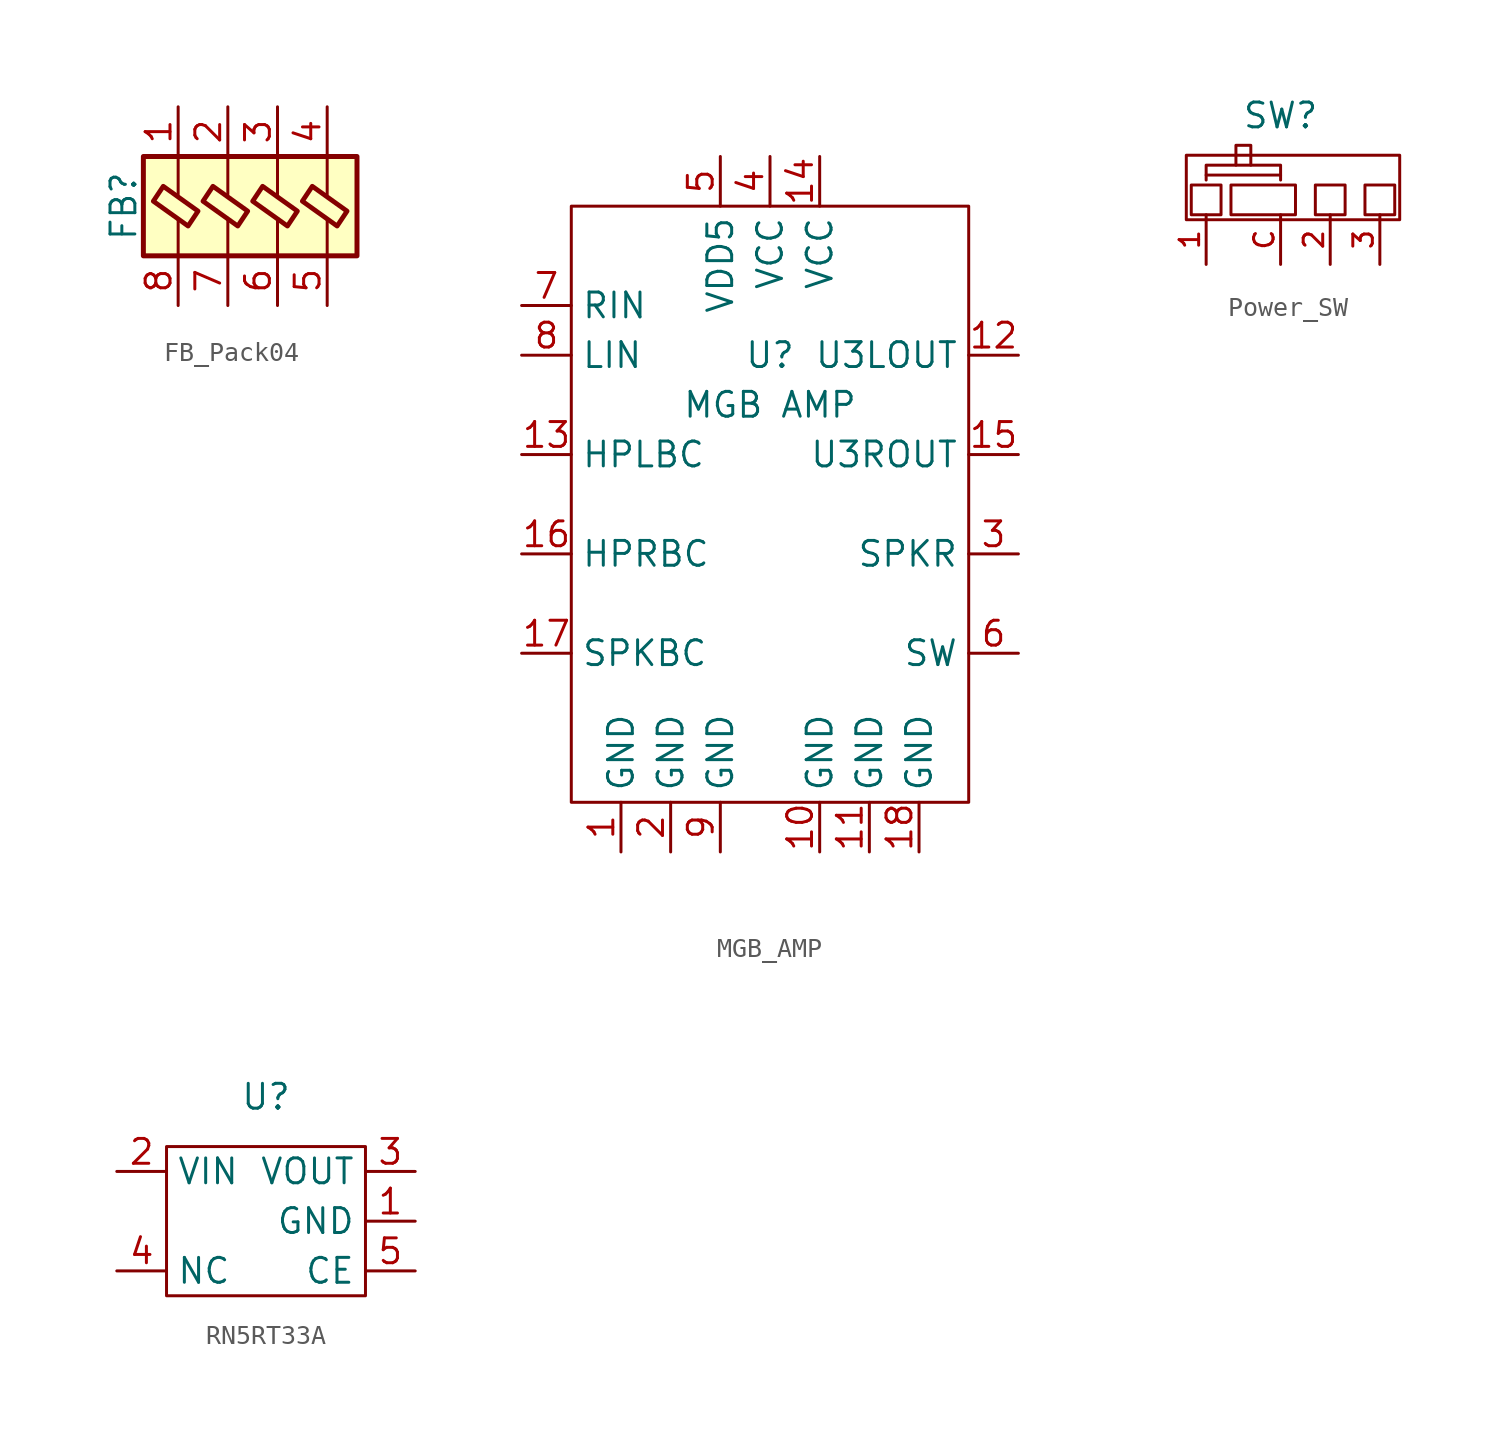
<source format=kicad_sym>
(kicad_symbol_lib
  (version 20220914)
  (generator kicad_symbol_editor)
  (symbol "FB_Pack04"
    (property "Reference" "FB"
      (at -7.874 0 90)
      (effects (font (size 1.27 1.27))))
    (property "Value" ""
      (at -2.54 0 0)
      (effects (font (size 1.27 1.27))))
    (symbol "FB_Pack04_0_1"
      (rectangle (start -6.858 2.54) (end 4.064 -2.54) (stroke (width 0.254) (type default)) (fill (type background))))
    (symbol "FB_Pack04_1_1"
      (polyline (pts (xy -5.08 -2.54) (xy -5.08 -0.659)) (stroke (width 0) (type default)) (fill (type none)))
      (polyline (pts (xy -5.08 2.54) (xy -5.08 0.604)) (stroke (width 0) (type default)) (fill (type none)))
      (polyline (pts (xy -2.54 -2.54) (xy -2.54 -0.659)) (stroke (width 0) (type default)) (fill (type none)))
      (polyline (pts (xy -2.54 2.54) (xy -2.54 0.604)) (stroke (width 0) (type default)) (fill (type none)))
      (polyline (pts (xy 0 -2.54) (xy 0.0001 -0.659)) (stroke (width 0) (type default)) (fill (type none)))
      (polyline (pts (xy 0 2.54) (xy 0 0.604)) (stroke (width 0) (type default)) (fill (type none)))
      (polyline (pts (xy 2.54 -2.54) (xy 2.54 -0.659)) (stroke (width 0) (type default)) (fill (type none)))
      (polyline (pts (xy 2.54 2.54) (xy 2.54 0.604)) (stroke (width 0) (type default)) (fill (type none)))
      (polyline (pts (xy -6.35 0.254) (xy -5.842 1.016) (xy -4.064 -0.254) (xy -4.572 -1.016) (xy -6.35 0.254)) (stroke (width 0.245) (type default)) (fill (type none)))
      (polyline (pts (xy -3.81 0.254) (xy -3.302 1.016) (xy -1.524 -0.254) (xy -2.032 -1.016) (xy -3.81 0.254)) (stroke (width 0.245) (type default)) (fill (type none)))
      (polyline (pts (xy -1.27 0.254) (xy -0.762 1.016) (xy 1.016 -0.254) (xy 0.508 -1.016) (xy -1.27 0.254)) (stroke (width 0.245) (type default)) (fill (type none)))
      (polyline (pts (xy 1.27 0.254) (xy 1.778 1.016) (xy 3.556 -0.254) (xy 3.048 -1.016) (xy 1.27 0.254)) (stroke (width 0.245) (type default)) (fill (type none)))
      (pin passive line (at -5.08 5.08 270) (length 2.54) (name "" (effects (font (size 1.27 1.27)))) (number "1" (effects (font (size 1.27 1.27)))))
      (pin passive line (at -2.54 5.08 270) (length 2.54) (name "" (effects (font (size 1.27 1.27)))) (number "2" (effects (font (size 1.27 1.27)))))
      (pin passive line (at 0 5.08 270) (length 2.54) (name "" (effects (font (size 1.27 1.27)))) (number "3" (effects (font (size 1.27 1.27)))))
      (pin passive line (at 2.54 5.08 270) (length 2.54) (name "" (effects (font (size 1.27 1.27)))) (number "4" (effects (font (size 1.27 1.27)))))
      (pin passive line (at 2.54 -5.08 90) (length 2.54) (name "" (effects (font (size 1.27 1.27)))) (number "5" (effects (font (size 1.27 1.27)))))
      (pin passive line (at 0 -5.08 90) (length 2.54) (name "" (effects (font (size 1.27 1.27)))) (number "6" (effects (font (size 1.27 1.27)))))
      (pin passive line (at -2.54 -5.08 90) (length 2.54) (name "" (effects (font (size 1.27 1.27)))) (number "7" (effects (font (size 1.27 1.27)))))
      (pin passive line (at -5.08 -5.08 90) (length 2.54) (name "" (effects (font (size 1.27 1.27)))) (number "8" (effects (font (size 1.27 1.27)))))))
  (symbol "MGB_AMP"
    (property "Reference" "U"
      (at 0 -10.16 0)
      (effects (font (size 1.27 1.27))))
    (property "Value" "MGB AMP"
      (at 0 -12.7 0)
      (effects (font (size 1.27 1.27))))
    (symbol "MGB_AMP_0_0"
      (pin unspecified line (at -7.62 -35.56 90) (length 2.54) (name "GND" (effects (font (size 1.27 1.27)))) (number "1" (effects (font (size 1.27 1.27)))))
      (pin unspecified line (at 2.54 -35.56 90) (length 2.54) (name "GND" (effects (font (size 1.27 1.27)))) (number "10" (effects (font (size 1.27 1.27)))))
      (pin unspecified line (at 5.08 -35.56 90) (length 2.54) (name "GND" (effects (font (size 1.27 1.27)))) (number "11" (effects (font (size 1.27 1.27)))))
      (pin unspecified line (at 12.7 -10.16 180) (length 2.54) (name "U3LOUT" (effects (font (size 1.27 1.27)))) (number "12" (effects (font (size 1.27 1.27)))))
      (pin unspecified line (at -12.7 -15.24 0) (length 2.54) (name "HPLBC" (effects (font (size 1.27 1.27)))) (number "13" (effects (font (size 1.27 1.27)))))
      (pin unspecified line (at 2.54 0 270) (length 2.54) (name "VCC" (effects (font (size 1.27 1.27)))) (number "14" (effects (font (size 1.27 1.27)))))
      (pin unspecified line (at 12.7 -15.24 180) (length 2.54) (name "U3ROUT" (effects (font (size 1.27 1.27)))) (number "15" (effects (font (size 1.27 1.27)))))
      (pin unspecified line (at -12.7 -20.32 0) (length 2.54) (name "HPRBC" (effects (font (size 1.27 1.27)))) (number "16" (effects (font (size 1.27 1.27)))))
      (pin unspecified line (at -12.7 -25.4 0) (length 2.54) (name "SPKBC" (effects (font (size 1.27 1.27)))) (number "17" (effects (font (size 1.27 1.27)))))
      (pin unspecified line (at 7.62 -35.56 90) (length 2.54) (name "GND" (effects (font (size 1.27 1.27)))) (number "18" (effects (font (size 1.27 1.27)))))
      (pin unspecified line (at -5.08 -35.56 90) (length 2.54) (name "GND" (effects (font (size 1.27 1.27)))) (number "2" (effects (font (size 1.27 1.27)))))
      (pin unspecified line (at 12.7 -20.32 180) (length 2.54) (name "SPKR" (effects (font (size 1.27 1.27)))) (number "3" (effects (font (size 1.27 1.27)))))
      (pin unspecified line (at 0 0 270) (length 2.54) (name "VCC" (effects (font (size 1.27 1.27)))) (number "4" (effects (font (size 1.27 1.27)))))
      (pin unspecified line (at -2.54 0 270) (length 2.54) (name "VDD5" (effects (font (size 1.27 1.27)))) (number "5" (effects (font (size 1.27 1.27)))))
      (pin unspecified line (at 12.7 -25.4 180) (length 2.54) (name "SW" (effects (font (size 1.27 1.27)))) (number "6" (effects (font (size 1.27 1.27)))))
      (pin unspecified line (at -12.7 -7.62 0) (length 2.54) (name "RIN" (effects (font (size 1.27 1.27)))) (number "7" (effects (font (size 1.27 1.27)))))
      (pin unspecified line (at -12.7 -10.16 0) (length 2.54) (name "LIN" (effects (font (size 1.27 1.27)))) (number "8" (effects (font (size 1.27 1.27)))))
      (pin unspecified line (at -2.54 -35.56 90) (length 2.54) (name "GND" (effects (font (size 1.27 1.27)))) (number "9" (effects (font (size 1.27 1.27))))))
    (symbol "MGB_AMP_0_1"
      (rectangle (start -10.16 -2.54) (end 10.16 -33.02) (stroke (width 0) (type default)) (fill (type none)))))
  (symbol "Power_SW"
    (property "Reference" "SW"
      (at 0 1.27 0)
      (effects (font (size 1.27 1.27))))
    (property "Value" ""
      (at 0 0 0)
      (effects (font (size 1.27 1.27))))
    (symbol "Power_SW_0_1"
      (rectangle (start -4.826 -0.762) (end 6.096 -4.064) (stroke (width 0) (type default)) (fill (type none)))
      (rectangle (start -4.572 -2.286) (end -3.048 -3.81) (stroke (width 0) (type default)) (fill (type none)))
      (rectangle (start -2.54 -2.286) (end 0.762 -3.81) (stroke (width 0) (type default)) (fill (type none)))
      (polyline (pts (xy -3.81 -1.778) (xy 0 -1.778)) (stroke (width 0) (type default)) (fill (type none)))
      (polyline (pts (xy -1.524 -1.27) (xy -1.524 -0.254) (xy -2.286 -0.254) (xy -2.286 -1.27)) (stroke (width 0) (type default)) (fill (type none)))
      (polyline (pts (xy 0 -2.032) (xy 0 -1.27) (xy -3.81 -1.27) (xy -3.81 -2.032)) (stroke (width 0) (type default)) (fill (type none)))
      (rectangle (start 1.778 -2.286) (end 3.302 -3.81) (stroke (width 0) (type default)) (fill (type none)))
      (rectangle (start 4.318 -2.286) (end 5.842 -3.81) (stroke (width 0) (type default)) (fill (type none))))
    (symbol "Power_SW_1_1"
      (pin input line (at -3.81 -6.35 90) (length 2.54) (name "" (effects (font (size 1 1)))) (number "1" (effects (font (size 1 1)))))
      (pin input line (at 2.54 -6.35 90) (length 2.54) (name "" (effects (font (size 1 1)))) (number "2" (effects (font (size 1 1)))))
      (pin input line (at 5.08 -6.35 90) (length 2.54) (name "" (effects (font (size 1 1)))) (number "3" (effects (font (size 1 1)))))
      (pin input line (at 0 -6.35 90) (length 2.54) (name "" (effects (font (size 1 1)))) (number "C" (effects (font (size 1 1)))))))
  (symbol "RN5RT33A"
    (property "Reference" "U"
      (at 0 1.27 0)
      (effects (font (size 1.27 1.27))))
    (property "Value" ""
      (at 0 0 0)
      (effects (font (size 1.27 1.27))))
    (symbol "RN5RT33A_0_1"
      (rectangle (start -5.08 -1.27) (end 5.08 -8.89) (stroke (width 0) (type default)) (fill (type none))))
    (symbol "RN5RT33A_1_1"
      (pin input line (at 7.62 -5.08 180) (length 2.54) (name "GND" (effects (font (size 1.27 1.27)))) (number "1" (effects (font (size 1.27 1.27)))))
      (pin input line (at -7.62 -2.54 0) (length 2.54) (name "VIN" (effects (font (size 1.27 1.27)))) (number "2" (effects (font (size 1.27 1.27)))))
      (pin input line (at 7.62 -2.54 180) (length 2.54) (name "VOUT" (effects (font (size 1.27 1.27)))) (number "3" (effects (font (size 1.27 1.27)))))
      (pin input line (at -7.62 -7.62 0) (length 2.54) (name "NC" (effects (font (size 1.27 1.27)))) (number "4" (effects (font (size 1.27 1.27)))))
      (pin input line (at 7.62 -7.62 180) (length 2.54) (name "CE" (effects (font (size 1.27 1.27)))) (number "5" (effects (font (size 1.27 1.27))))))))
</source>
